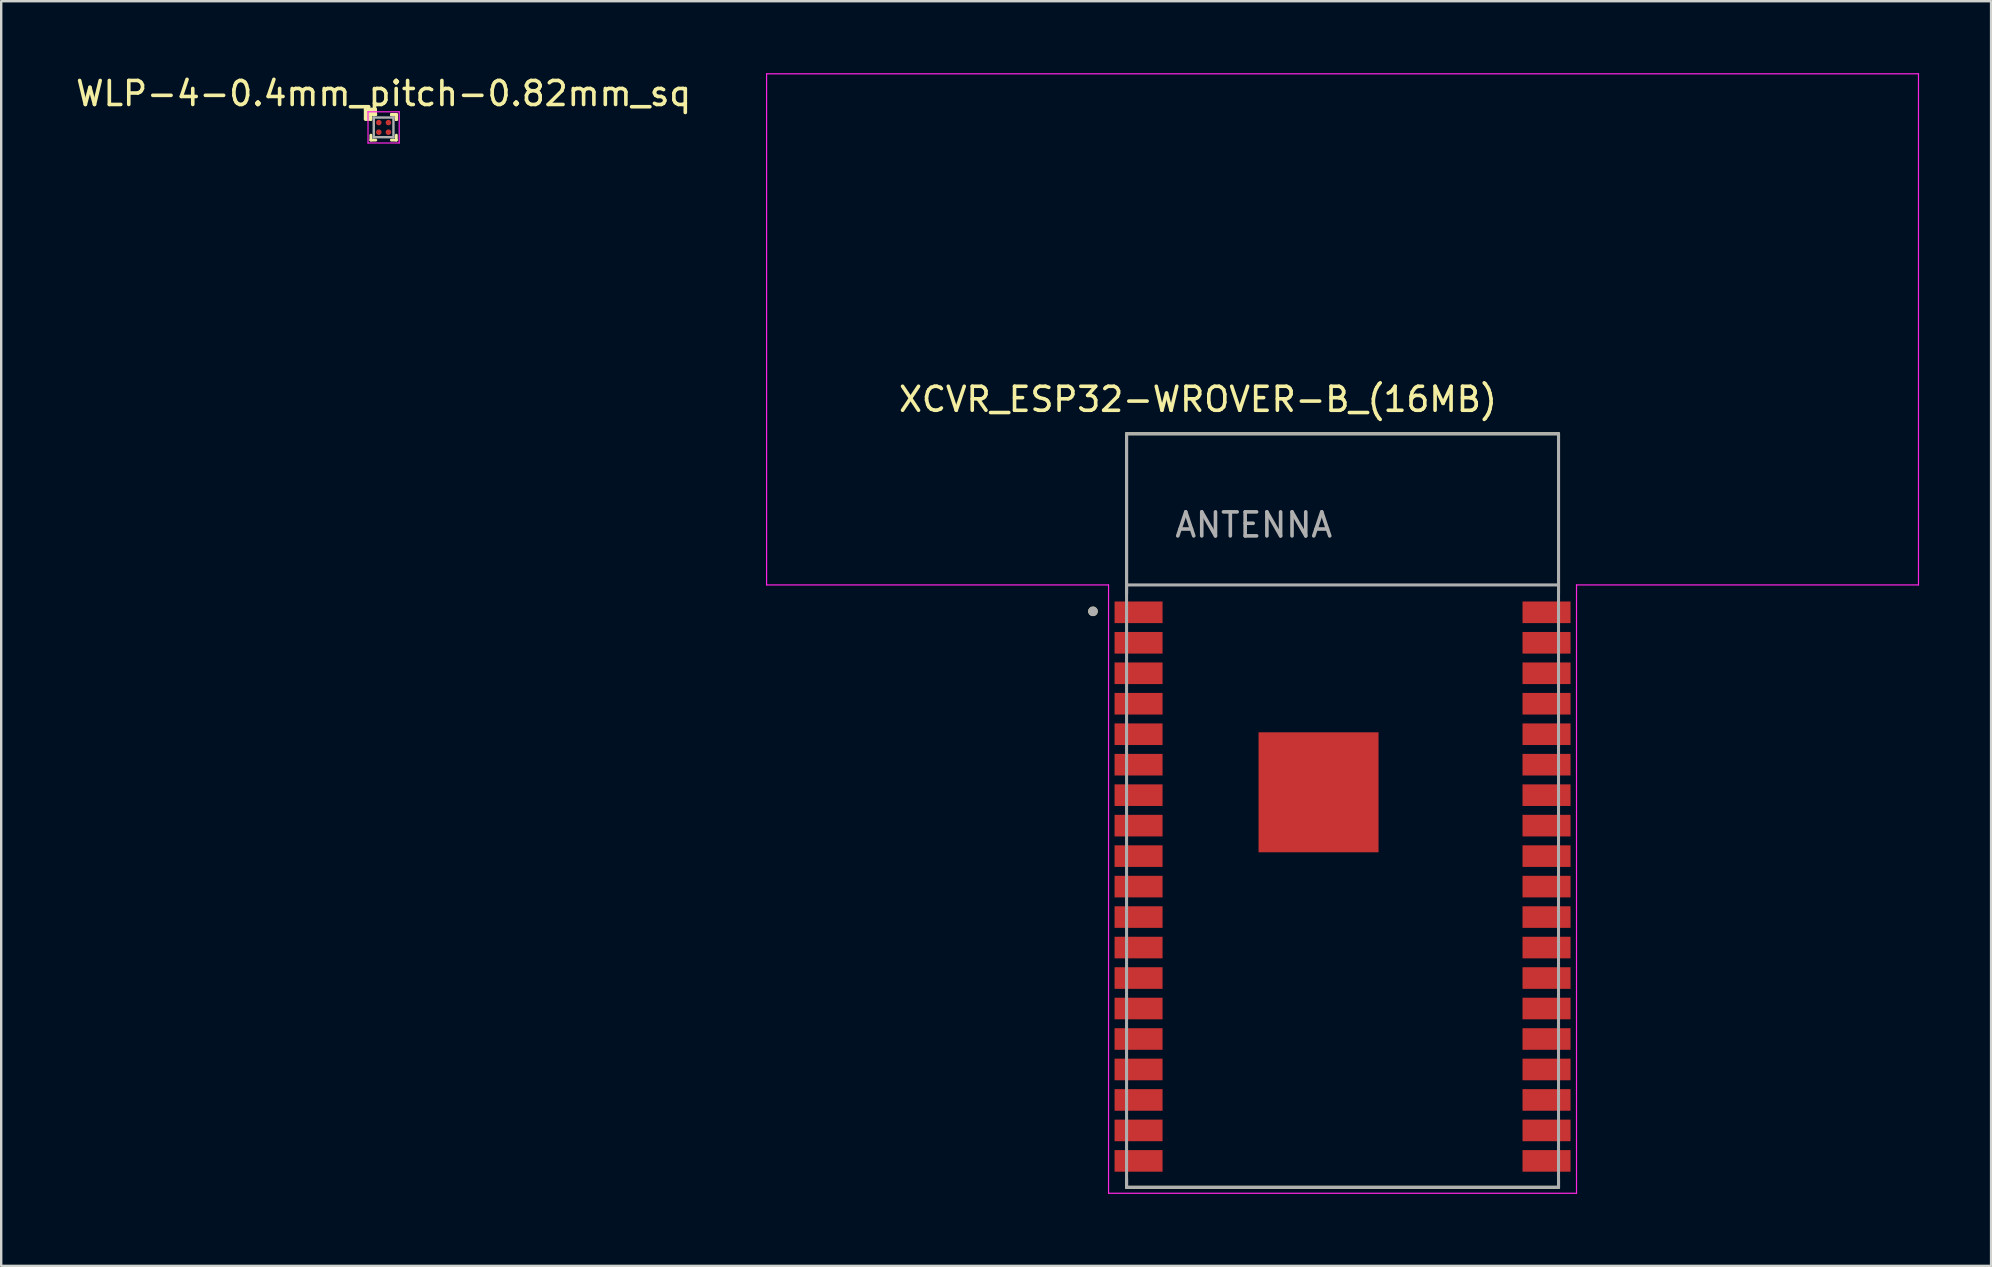
<source format=kicad_pcb>
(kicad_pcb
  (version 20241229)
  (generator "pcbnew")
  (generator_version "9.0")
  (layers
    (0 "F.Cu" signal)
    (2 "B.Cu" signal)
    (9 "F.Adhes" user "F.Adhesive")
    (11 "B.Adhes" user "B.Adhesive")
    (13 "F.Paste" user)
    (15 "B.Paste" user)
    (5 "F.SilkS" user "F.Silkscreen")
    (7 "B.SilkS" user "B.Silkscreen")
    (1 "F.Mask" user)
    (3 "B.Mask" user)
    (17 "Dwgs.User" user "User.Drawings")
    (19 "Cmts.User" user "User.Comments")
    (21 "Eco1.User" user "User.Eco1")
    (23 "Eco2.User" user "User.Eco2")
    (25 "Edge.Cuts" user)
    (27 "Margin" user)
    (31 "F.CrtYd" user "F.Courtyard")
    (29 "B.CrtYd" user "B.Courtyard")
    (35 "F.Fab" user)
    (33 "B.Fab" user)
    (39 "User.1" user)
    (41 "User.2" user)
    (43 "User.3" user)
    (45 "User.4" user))
  (footprint "XCVR_ESP32-WROVER-B_(16MB)"
    (layer "F.Cu")
    (at 52.894 30.725)
    (property "Reference" "XCVR_ESP32-WROVER-B_(16MB)" (at -6.025 -17.135 0) (layer "F.SilkS") (effects (font (size 1 1) (thickness 0.15))))
    (attr through_hole)
    (fp_line (start -9 -15.7) (end 9 -15.7) (stroke (width 0.127) (type solid)) (layer "F.SilkS"))
    (fp_line (start -9 -9.03) (end -9 -15.7) (stroke (width 0.127) (type solid)) (layer "F.SilkS"))
    (fp_line (start -9 15.36) (end -9 15.7) (stroke (width 0.127) (type solid)) (layer "F.SilkS"))
    (fp_line (start -9 15.7) (end 9 15.7) (stroke (width 0.127) (type solid)) (layer "F.SilkS"))
    (fp_line (start 9 -15.7) (end 9 -9.03) (stroke (width 0.127) (type solid)) (layer "F.SilkS"))
    (fp_line (start 9 15.7) (end 9 15.36) (stroke (width 0.127) (type solid)) (layer "F.SilkS"))
    (fp_circle (center -10.4 -8.3) (end -10.3 -8.3) (stroke (width 0.2) (type solid)) (fill no) (layer "F.SilkS"))
    (fp_poly (pts (xy -2.58 -2.34) (xy 0.58 -2.34) (xy 0.58 0.82) (xy -2.58 0.82)) (stroke (width 0.01) (type solid)) (fill yes) (layer "F.Paste"))
    (fp_line (start -24 -30.7) (end 24 -30.7) (stroke (width 0.05) (type solid)) (layer "F.CrtYd"))
    (fp_line (start -24 -9.4) (end -24 -30.7) (stroke (width 0.05) (type solid)) (layer "F.CrtYd"))
    (fp_line (start -9.75 -9.4) (end -24 -9.4) (stroke (width 0.05) (type solid)) (layer "F.CrtYd"))
    (fp_line (start -9.75 -9.4) (end -9.75 15.95) (stroke (width 0.05) (type solid)) (layer "F.CrtYd"))
    (fp_line (start -9.75 15.95) (end 9.75 15.95) (stroke (width 0.05) (type solid)) (layer "F.CrtYd"))
    (fp_line (start 9.75 15.95) (end 9.75 -9.4) (stroke (width 0.05) (type solid)) (layer "F.CrtYd"))
    (fp_line (start 24 -30.7) (end 24 -9.4) (stroke (width 0.05) (type solid)) (layer "F.CrtYd"))
    (fp_line (start 24 -9.4) (end 9.75 -9.4) (stroke (width 0.05) (type solid)) (layer "F.CrtYd"))
    (fp_line (start -9 -15.7) (end 9 -15.7) (stroke (width 0.127) (type solid)) (layer "F.Fab"))
    (fp_line (start -9 -9.4) (end -9 -15.7) (stroke (width 0.127) (type solid)) (layer "F.Fab"))
    (fp_line (start -9 -9.4) (end 9 -9.4) (stroke (width 0.127) (type solid)) (layer "F.Fab"))
    (fp_line (start -9 15.7) (end -9 -9.4) (stroke (width 0.127) (type solid)) (layer "F.Fab"))
    (fp_line (start 9 -15.7) (end 9 -9.4) (stroke (width 0.127) (type solid)) (layer "F.Fab"))
    (fp_line (start 9 -9.4) (end 9 15.7) (stroke (width 0.127) (type solid)) (layer "F.Fab"))
    (fp_line (start 9 15.7) (end -9 15.7) (stroke (width 0.127) (type solid)) (layer "F.Fab"))
    (fp_circle (center -10.4 -8.3) (end -10.3 -8.3) (stroke (width 0.2) (type solid)) (fill no) (layer "F.Fab"))
    (fp_text user "ANTENNA" (at -3.7 -11.9 0) (layer "F.Fab") (effects (font (size 1 1) (thickness 0.15))))
    (pad "1" smd rect (at -8.5 -8.26) (size 2 0.9) (layers "F.Cu" "F.Mask" "F.Paste"))
    (pad "2" smd rect (at -8.5 -6.99) (size 2 0.9) (layers "F.Cu" "F.Mask" "F.Paste"))
    (pad "3" smd rect (at -8.5 -5.72) (size 2 0.9) (layers "F.Cu" "F.Mask" "F.Paste"))
    (pad "4" smd rect (at -8.5 -4.45) (size 2 0.9) (layers "F.Cu" "F.Mask" "F.Paste"))
    (pad "5" smd rect (at -8.5 -3.18) (size 2 0.9) (layers "F.Cu" "F.Mask" "F.Paste"))
    (pad "6" smd rect (at -8.5 -1.91) (size 2 0.9) (layers "F.Cu" "F.Mask" "F.Paste"))
    (pad "7" smd rect (at -8.5 -0.64) (size 2 0.9) (layers "F.Cu" "F.Mask" "F.Paste"))
    (pad "8" smd rect (at -8.5 0.63) (size 2 0.9) (layers "F.Cu" "F.Mask" "F.Paste"))
    (pad "9" smd rect (at -8.5 1.9) (size 2 0.9) (layers "F.Cu" "F.Mask" "F.Paste"))
    (pad "10" smd rect (at -8.5 3.17) (size 2 0.9) (layers "F.Cu" "F.Mask" "F.Paste"))
    (pad "11" smd rect (at -8.5 4.44) (size 2 0.9) (layers "F.Cu" "F.Mask" "F.Paste"))
    (pad "12" smd rect (at -8.5 5.71) (size 2 0.9) (layers "F.Cu" "F.Mask" "F.Paste"))
    (pad "13" smd rect (at -8.5 6.98) (size 2 0.9) (layers "F.Cu" "F.Mask" "F.Paste"))
    (pad "14" smd rect (at -8.5 8.25) (size 2 0.9) (layers "F.Cu" "F.Mask" "F.Paste"))
    (pad "15" smd rect (at -8.5 9.52) (size 2 0.9) (layers "F.Cu" "F.Mask" "F.Paste"))
    (pad "16" smd rect (at -8.5 10.79) (size 2 0.9) (layers "F.Cu" "F.Mask" "F.Paste"))
    (pad "17" smd rect (at -8.5 12.06) (size 2 0.9) (layers "F.Cu" "F.Mask" "F.Paste"))
    (pad "18" smd rect (at -8.5 13.33) (size 2 0.9) (layers "F.Cu" "F.Mask" "F.Paste"))
    (pad "19" smd rect (at -8.5 14.6) (size 2 0.9) (layers "F.Cu" "F.Mask" "F.Paste"))
    (pad "20" smd rect (at 8.5 14.6) (size 2 0.9) (layers "F.Cu" "F.Mask" "F.Paste"))
    (pad "21" smd rect (at 8.5 13.33) (size 2 0.9) (layers "F.Cu" "F.Mask" "F.Paste"))
    (pad "22" smd rect (at 8.5 12.06) (size 2 0.9) (layers "F.Cu" "F.Mask" "F.Paste"))
    (pad "23" smd rect (at 8.5 10.79) (size 2 0.9) (layers "F.Cu" "F.Mask" "F.Paste"))
    (pad "24" smd rect (at 8.5 9.52) (size 2 0.9) (layers "F.Cu" "F.Mask" "F.Paste"))
    (pad "25" smd rect (at 8.5 8.25) (size 2 0.9) (layers "F.Cu" "F.Mask" "F.Paste"))
    (pad "26" smd rect (at 8.5 6.98) (size 2 0.9) (layers "F.Cu" "F.Mask" "F.Paste"))
    (pad "27" smd rect (at 8.5 5.71) (size 2 0.9) (layers "F.Cu" "F.Mask" "F.Paste"))
    (pad "28" smd rect (at 8.5 4.44) (size 2 0.9) (layers "F.Cu" "F.Mask" "F.Paste"))
    (pad "29" smd rect (at 8.5 3.17) (size 2 0.9) (layers "F.Cu" "F.Mask" "F.Paste"))
    (pad "30" smd rect (at 8.5 1.9) (size 2 0.9) (layers "F.Cu" "F.Mask" "F.Paste"))
    (pad "31" smd rect (at 8.5 0.63) (size 2 0.9) (layers "F.Cu" "F.Mask" "F.Paste"))
    (pad "32" smd rect (at 8.5 -0.64) (size 2 0.9) (layers "F.Cu" "F.Mask" "F.Paste"))
    (pad "33" smd rect (at 8.5 -1.91) (size 2 0.9) (layers "F.Cu" "F.Mask" "F.Paste"))
    (pad "34" smd rect (at 8.5 -3.18) (size 2 0.9) (layers "F.Cu" "F.Mask" "F.Paste"))
    (pad "35" smd rect (at 8.5 -4.45) (size 2 0.9) (layers "F.Cu" "F.Mask" "F.Paste"))
    (pad "36" smd rect (at 8.5 -5.72) (size 2 0.9) (layers "F.Cu" "F.Mask" "F.Paste"))
    (pad "37" smd rect (at 8.5 -6.99) (size 2 0.9) (layers "F.Cu" "F.Mask" "F.Paste"))
    (pad "38" smd rect (at 8.5 -8.26) (size 2 0.9) (layers "F.Cu" "F.Mask" "F.Paste"))
    (pad "39" smd rect (at -1 -0.76) (size 5 5) (layers "F.Cu" "F.Mask"))
    (zone (net_name "") (layer "F.Cu") (hatch full 0.508) (connect_pads) (min_thickness 0.01) (filled_areas_thickness no) (keepout (tracks not_allowed) (vias not_allowed) (pads not_allowed) (copperpour not_allowed) (footprints allowed)) (placement (enabled no)) (fill) (polygon (pts (xy 28.894 0.025) (xy 76.894 0.025) (xy 76.894 21.325) (xy 28.894 21.325))))
    (zone (net_name "") (layers "F.Cu" "B.Cu") (hatch full 0.508) (connect_pads) (min_thickness 0.01) (filled_areas_thickness no) (keepout (tracks allowed) (vias not_allowed) (pads allowed) (copperpour allowed) (footprints allowed)) (placement (enabled no)) (fill) (polygon (pts (xy 28.894 0.025) (xy 76.894 0.025) (xy 76.894 21.325) (xy 28.894 21.325)))))
  (footprint "WLP-4-0.4mm_pitch-0.82mm_sq"
    (layer "F.Cu")
    (at 12.935 2.258)
    (property "Reference" "WLP-4-0.4mm_pitch-0.82mm_sq" (at 0 -1.41 0) (layer "F.SilkS") (effects (font (size 1 1) (thickness 0.15))))
    (attr smd)
    (fp_line (start -0.75 -0.75) (end -0.35 -0.75) (stroke (width 0.15) (type solid)) (layer "F.SilkS"))
    (fp_line (start -0.75 -0.35) (end -0.75 -0.75) (stroke (width 0.15) (type solid)) (layer "F.SilkS"))
    (fp_line (start -0.65 -0.65) (end -0.35 -0.65) (stroke (width 0.15) (type solid)) (layer "F.SilkS"))
    (fp_line (start -0.65 -0.35) (end -0.75 -0.35) (stroke (width 0.15) (type solid)) (layer "F.SilkS"))
    (fp_line (start -0.65 -0.35) (end -0.65 -0.65) (stroke (width 0.15) (type solid)) (layer "F.SilkS"))
    (fp_line (start -0.55 -0.35) (end -0.65 -0.35) (stroke (width 0.15) (type solid)) (layer "F.SilkS"))
    (fp_line (start -0.53 -0.53) (end -0.325 -0.53) (stroke (width 0.12) (type solid)) (layer "F.SilkS"))
    (fp_line (start -0.53 -0.325) (end -0.53 -0.53) (stroke (width 0.12) (type solid)) (layer "F.SilkS"))
    (fp_line (start -0.53 0.53) (end -0.53 0.325) (stroke (width 0.12) (type solid)) (layer "F.SilkS"))
    (fp_line (start -0.35 -0.75) (end -0.35 -0.6) (stroke (width 0.15) (type solid)) (layer "F.SilkS"))
    (fp_line (start -0.35 -0.65) (end -0.35 -0.55) (stroke (width 0.15) (type solid)) (layer "F.SilkS"))
    (fp_line (start -0.35 -0.6) (end -0.6 -0.55) (stroke (width 0.15) (type solid)) (layer "F.SilkS"))
    (fp_line (start -0.35 -0.55) (end -0.6 -0.6) (stroke (width 0.15) (type solid)) (layer "F.SilkS"))
    (fp_line (start -0.325 0.53) (end -0.53 0.53) (stroke (width 0.12) (type solid)) (layer "F.SilkS"))
    (fp_line (start 0.325 -0.53) (end 0.53 -0.53) (stroke (width 0.12) (type solid)) (layer "F.SilkS"))
    (fp_line (start 0.325 -0.53) (end 0.53 -0.53) (stroke (width 0.12) (type solid)) (layer "F.SilkS"))
    (fp_line (start 0.325 -0.53) (end 0.53 -0.53) (stroke (width 0.12) (type solid)) (layer "F.SilkS"))
    (fp_line (start 0.325 0.53) (end 0.53 0.53) (stroke (width 0.12) (type solid)) (layer "F.SilkS"))
    (fp_line (start 0.53 -0.53) (end 0.53 -0.325) (stroke (width 0.12) (type solid)) (layer "F.SilkS"))
    (fp_line (start 0.53 -0.53) (end 0.53 -0.325) (stroke (width 0.12) (type solid)) (layer "F.SilkS"))
    (fp_line (start 0.53 -0.53) (end 0.53 -0.325) (stroke (width 0.12) (type solid)) (layer "F.SilkS"))
    (fp_line (start 0.53 0.53) (end 0.53 0.325) (stroke (width 0.12) (type solid)) (layer "F.SilkS"))
    (fp_line (start -0.65 -0.65) (end 0.65 -0.65) (stroke (width 0.05) (type solid)) (layer "F.CrtYd"))
    (fp_line (start -0.65 0.65) (end -0.65 -0.65) (stroke (width 0.05) (type solid)) (layer "F.CrtYd"))
    (fp_line (start 0.65 -0.65) (end 0.65 0.65) (stroke (width 0.05) (type solid)) (layer "F.CrtYd"))
    (fp_line (start 0.65 0.65) (end -0.65 0.65) (stroke (width 0.05) (type solid)) (layer "F.CrtYd"))
    (fp_line (start -0.41 -0.41) (end -0.41 0.41) (stroke (width 0.1) (type solid)) (layer "F.Fab"))
    (fp_line (start -0.41 0.41) (end 0.41 0.41) (stroke (width 0.1) (type solid)) (layer "F.Fab"))
    (fp_line (start 0.41 -0.41) (end -0.41 -0.41) (stroke (width 0.1) (type solid)) (layer "F.Fab"))
    (fp_line (start 0.41 0.41) (end 0.41 -0.41) (stroke (width 0.1) (type solid)) (layer "F.Fab"))
    (pad "A1" smd circle (at -0.2 -0.2) (size 0.23 0.23) (layers "F.Cu" "F.Mask" "F.Paste"))
    (pad "A2" smd circle (at 0.2 -0.2) (size 0.23 0.23) (layers "F.Cu" "F.Mask" "F.Paste"))
    (pad "B1" smd circle (at -0.2 0.2) (size 0.23 0.23) (layers "F.Cu" "F.Mask" "F.Paste"))
    (pad "B2" smd circle (at 0.2 0.2) (size 0.23 0.23) (layers "F.Cu" "F.Mask" "F.Paste")))
  (gr_rect
    (start -3 -3)
    (end 79.919 49.7)
    (stroke (width 0.1) (type default))
    (fill no)
    (layer "Edge.Cuts")))
</source>
